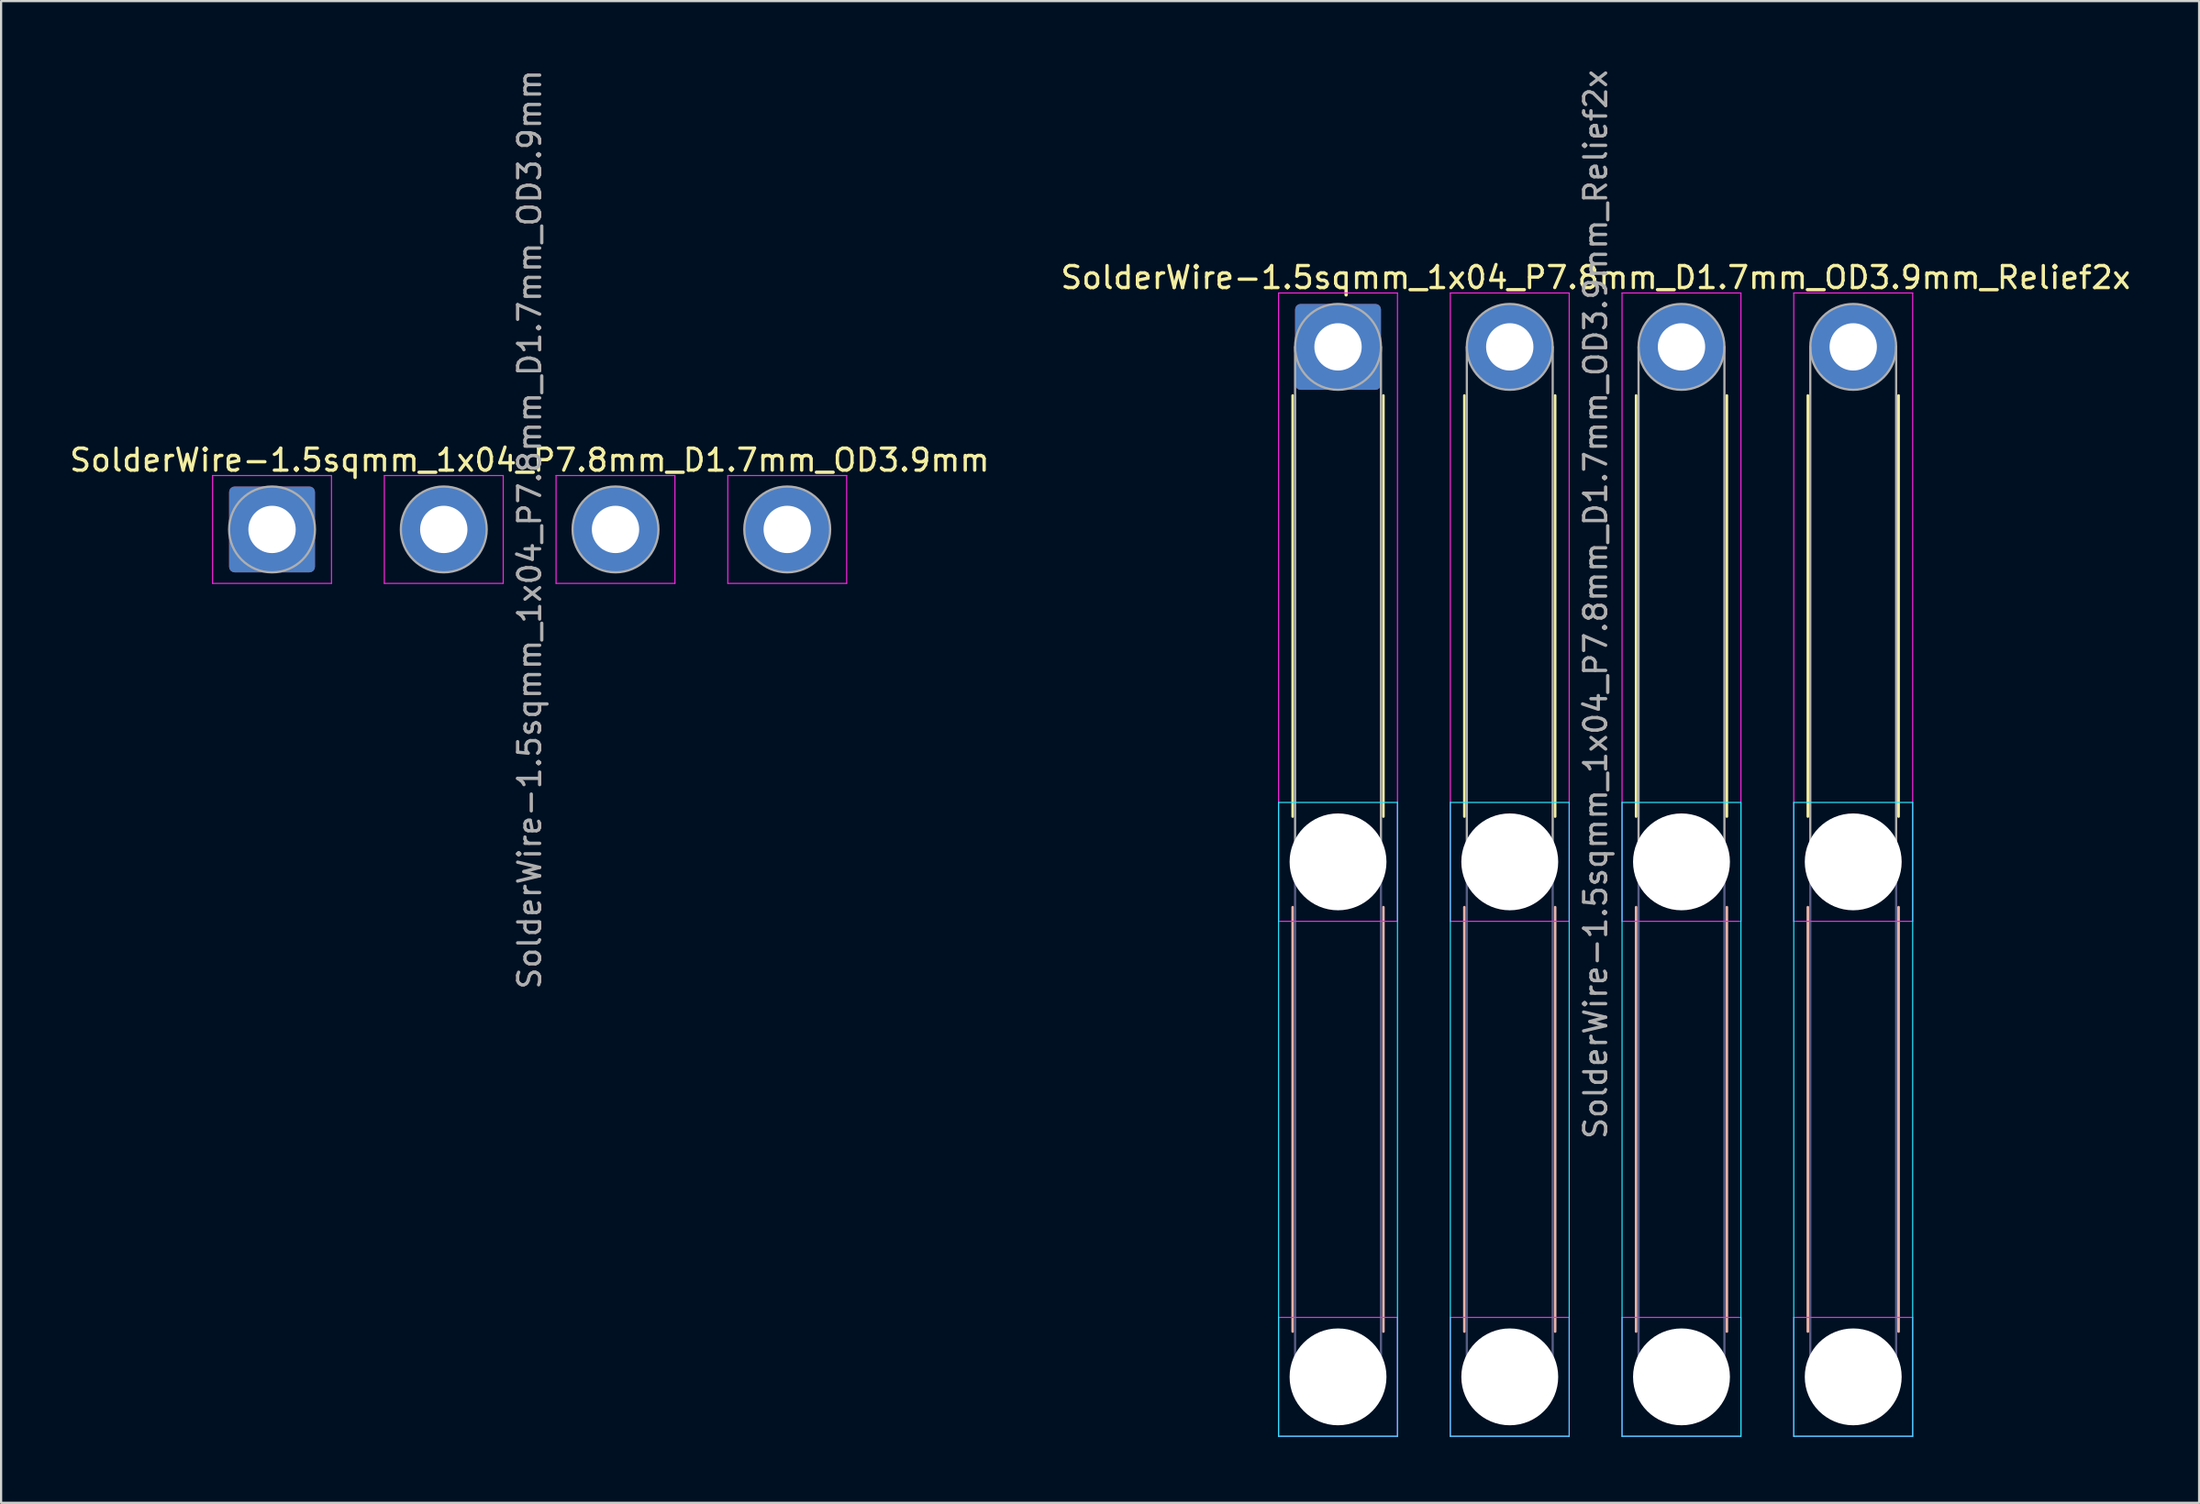
<source format=kicad_pcb>
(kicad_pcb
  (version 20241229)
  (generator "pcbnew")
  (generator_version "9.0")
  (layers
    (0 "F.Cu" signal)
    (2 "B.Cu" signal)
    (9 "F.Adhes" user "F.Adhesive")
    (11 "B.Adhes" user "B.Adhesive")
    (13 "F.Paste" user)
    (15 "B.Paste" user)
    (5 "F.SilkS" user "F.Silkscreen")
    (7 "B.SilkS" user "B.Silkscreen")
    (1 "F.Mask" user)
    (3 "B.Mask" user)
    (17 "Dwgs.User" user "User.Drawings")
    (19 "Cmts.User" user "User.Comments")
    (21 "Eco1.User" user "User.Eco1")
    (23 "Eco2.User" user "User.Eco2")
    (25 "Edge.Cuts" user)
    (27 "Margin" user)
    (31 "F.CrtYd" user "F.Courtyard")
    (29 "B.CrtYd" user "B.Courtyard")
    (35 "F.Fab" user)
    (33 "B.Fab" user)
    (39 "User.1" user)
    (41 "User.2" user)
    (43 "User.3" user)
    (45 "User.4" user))
  (footprint "SolderWire-1.5sqmm_1x04_P7.8mm_D1.7mm_OD3.9mm"
    (layer "F.Cu")
    (at 9.306 21.006)
    (property "Reference" "SolderWire-1.5sqmm_1x04_P7.8mm_D1.7mm_OD3.9mm" (at 11.7 -3.15 0) (layer "F.SilkS") (effects (font (size 1 1) (thickness 0.15))))
    (attr exclude_from_pos_files exclude_from_bom)
    (fp_line (start -2.7 -2.45) (end -2.7 2.45) (stroke (width 0.05) (type solid)) (layer "F.CrtYd"))
    (fp_line (start -2.7 2.45) (end 2.7 2.45) (stroke (width 0.05) (type solid)) (layer "F.CrtYd"))
    (fp_line (start 2.7 -2.45) (end -2.7 -2.45) (stroke (width 0.05) (type solid)) (layer "F.CrtYd"))
    (fp_line (start 2.7 2.45) (end 2.7 -2.45) (stroke (width 0.05) (type solid)) (layer "F.CrtYd"))
    (fp_line (start 5.1 -2.45) (end 5.1 2.45) (stroke (width 0.05) (type solid)) (layer "F.CrtYd"))
    (fp_line (start 5.1 2.45) (end 10.5 2.45) (stroke (width 0.05) (type solid)) (layer "F.CrtYd"))
    (fp_line (start 10.5 -2.45) (end 5.1 -2.45) (stroke (width 0.05) (type solid)) (layer "F.CrtYd"))
    (fp_line (start 10.5 2.45) (end 10.5 -2.45) (stroke (width 0.05) (type solid)) (layer "F.CrtYd"))
    (fp_line (start 12.9 -2.45) (end 12.9 2.45) (stroke (width 0.05) (type solid)) (layer "F.CrtYd"))
    (fp_line (start 12.9 2.45) (end 18.3 2.45) (stroke (width 0.05) (type solid)) (layer "F.CrtYd"))
    (fp_line (start 18.3 -2.45) (end 12.9 -2.45) (stroke (width 0.05) (type solid)) (layer "F.CrtYd"))
    (fp_line (start 18.3 2.45) (end 18.3 -2.45) (stroke (width 0.05) (type solid)) (layer "F.CrtYd"))
    (fp_line (start 20.7 -2.45) (end 20.7 2.45) (stroke (width 0.05) (type solid)) (layer "F.CrtYd"))
    (fp_line (start 20.7 2.45) (end 26.1 2.45) (stroke (width 0.05) (type solid)) (layer "F.CrtYd"))
    (fp_line (start 26.1 -2.45) (end 20.7 -2.45) (stroke (width 0.05) (type solid)) (layer "F.CrtYd"))
    (fp_line (start 26.1 2.45) (end 26.1 -2.45) (stroke (width 0.05) (type solid)) (layer "F.CrtYd"))
    (fp_circle (center 0 0) (end 1.95 0) (stroke (width 0.1) (type solid)) (fill no) (layer "F.Fab"))
    (fp_circle (center 7.8 0) (end 9.75 0) (stroke (width 0.1) (type solid)) (fill no) (layer "F.Fab"))
    (fp_circle (center 15.6 0) (end 17.55 0) (stroke (width 0.1) (type solid)) (fill no) (layer "F.Fab"))
    (fp_circle (center 23.4 0) (end 25.35 0) (stroke (width 0.1) (type solid)) (fill no) (layer "F.Fab"))
    (fp_text user "${REFERENCE}" (at 11.7 0 90) (layer "F.Fab") (effects (font (size 1 1) (thickness 0.15))))
    (pad "1" thru_hole roundrect (at 0 0) (size 3.9 3.9) (drill 2.15) (layers "*.Cu" "*.Mask") (roundrect_rratio 0.064))
    (pad "2" thru_hole circle (at 7.8 0) (size 3.9 3.9) (drill 2.15) (layers "*.Cu" "*.Mask"))
    (pad "3" thru_hole circle (at 15.6 0) (size 3.9 3.9) (drill 2.15) (layers "*.Cu" "*.Mask"))
    (pad "4" thru_hole circle (at 23.4 0) (size 3.9 3.9) (drill 2.15) (layers "*.Cu" "*.Mask")))
  (footprint "SolderWire-1.5sqmm_1x04_P7.8mm_D1.7mm_OD3.9mm_Relief2x"
    (layer "F.Cu")
    (at 57.723 12.711)
    (property "Reference" "SolderWire-1.5sqmm_1x04_P7.8mm_D1.7mm_OD3.9mm_Relief2x" (at 11.7 -3.15 0) (layer "F.SilkS") (effects (font (size 1 1) (thickness 0.15))))
    (attr exclude_from_pos_files exclude_from_bom)
    (fp_line (start -2.06 2.21) (end -2.06 21.34) (stroke (width 0.12) (type solid)) (layer "F.SilkS"))
    (fp_line (start 2.06 2.21) (end 2.06 21.34) (stroke (width 0.12) (type solid)) (layer "F.SilkS"))
    (fp_line (start 5.74 2.21) (end 5.74 21.34) (stroke (width 0.12) (type solid)) (layer "F.SilkS"))
    (fp_line (start 9.86 2.21) (end 9.86 21.34) (stroke (width 0.12) (type solid)) (layer "F.SilkS"))
    (fp_line (start 13.54 2.21) (end 13.54 21.34) (stroke (width 0.12) (type solid)) (layer "F.SilkS"))
    (fp_line (start 17.66 2.21) (end 17.66 21.34) (stroke (width 0.12) (type solid)) (layer "F.SilkS"))
    (fp_line (start 21.34 2.21) (end 21.34 21.34) (stroke (width 0.12) (type solid)) (layer "F.SilkS"))
    (fp_line (start 25.46 2.21) (end 25.46 21.34) (stroke (width 0.12) (type solid)) (layer "F.SilkS"))
    (fp_line (start -2.06 25.46) (end -2.06 44.74) (stroke (width 0.12) (type solid)) (layer "B.SilkS"))
    (fp_line (start 2.06 25.46) (end 2.06 44.74) (stroke (width 0.12) (type solid)) (layer "B.SilkS"))
    (fp_line (start 5.74 25.46) (end 5.74 44.74) (stroke (width 0.12) (type solid)) (layer "B.SilkS"))
    (fp_line (start 9.86 25.46) (end 9.86 44.74) (stroke (width 0.12) (type solid)) (layer "B.SilkS"))
    (fp_line (start 13.54 25.46) (end 13.54 44.74) (stroke (width 0.12) (type solid)) (layer "B.SilkS"))
    (fp_line (start 17.66 25.46) (end 17.66 44.74) (stroke (width 0.12) (type solid)) (layer "B.SilkS"))
    (fp_line (start 21.34 25.46) (end 21.34 44.74) (stroke (width 0.12) (type solid)) (layer "B.SilkS"))
    (fp_line (start 25.46 25.46) (end 25.46 44.74) (stroke (width 0.12) (type solid)) (layer "B.SilkS"))
    (fp_line (start -2.7 20.7) (end -2.7 49.5) (stroke (width 0.05) (type solid)) (layer "B.CrtYd"))
    (fp_line (start -2.7 49.5) (end 2.7 49.5) (stroke (width 0.05) (type solid)) (layer "B.CrtYd"))
    (fp_line (start 2.7 20.7) (end -2.7 20.7) (stroke (width 0.05) (type solid)) (layer "B.CrtYd"))
    (fp_line (start 2.7 49.5) (end 2.7 20.7) (stroke (width 0.05) (type solid)) (layer "B.CrtYd"))
    (fp_line (start 5.1 20.7) (end 5.1 49.5) (stroke (width 0.05) (type solid)) (layer "B.CrtYd"))
    (fp_line (start 5.1 49.5) (end 10.5 49.5) (stroke (width 0.05) (type solid)) (layer "B.CrtYd"))
    (fp_line (start 10.5 20.7) (end 5.1 20.7) (stroke (width 0.05) (type solid)) (layer "B.CrtYd"))
    (fp_line (start 10.5 49.5) (end 10.5 20.7) (stroke (width 0.05) (type solid)) (layer "B.CrtYd"))
    (fp_line (start 12.9 20.7) (end 12.9 49.5) (stroke (width 0.05) (type solid)) (layer "B.CrtYd"))
    (fp_line (start 12.9 49.5) (end 18.3 49.5) (stroke (width 0.05) (type solid)) (layer "B.CrtYd"))
    (fp_line (start 18.3 20.7) (end 12.9 20.7) (stroke (width 0.05) (type solid)) (layer "B.CrtYd"))
    (fp_line (start 18.3 49.5) (end 18.3 20.7) (stroke (width 0.05) (type solid)) (layer "B.CrtYd"))
    (fp_line (start 20.7 20.7) (end 20.7 49.5) (stroke (width 0.05) (type solid)) (layer "B.CrtYd"))
    (fp_line (start 20.7 49.5) (end 26.1 49.5) (stroke (width 0.05) (type solid)) (layer "B.CrtYd"))
    (fp_line (start 26.1 20.7) (end 20.7 20.7) (stroke (width 0.05) (type solid)) (layer "B.CrtYd"))
    (fp_line (start 26.1 49.5) (end 26.1 20.7) (stroke (width 0.05) (type solid)) (layer "B.CrtYd"))
    (fp_line (start -2.7 -2.45) (end -2.7 26.1) (stroke (width 0.05) (type solid)) (layer "F.CrtYd"))
    (fp_line (start -2.7 26.1) (end 2.7 26.1) (stroke (width 0.05) (type solid)) (layer "F.CrtYd"))
    (fp_line (start -2.7 44.1) (end -2.7 49.5) (stroke (width 0.05) (type solid)) (layer "F.CrtYd"))
    (fp_line (start -2.7 49.5) (end 2.7 49.5) (stroke (width 0.05) (type solid)) (layer "F.CrtYd"))
    (fp_line (start 2.7 -2.45) (end -2.7 -2.45) (stroke (width 0.05) (type solid)) (layer "F.CrtYd"))
    (fp_line (start 2.7 26.1) (end 2.7 -2.45) (stroke (width 0.05) (type solid)) (layer "F.CrtYd"))
    (fp_line (start 2.7 44.1) (end -2.7 44.1) (stroke (width 0.05) (type solid)) (layer "F.CrtYd"))
    (fp_line (start 2.7 49.5) (end 2.7 44.1) (stroke (width 0.05) (type solid)) (layer "F.CrtYd"))
    (fp_line (start 5.1 -2.45) (end 5.1 26.1) (stroke (width 0.05) (type solid)) (layer "F.CrtYd"))
    (fp_line (start 5.1 26.1) (end 10.5 26.1) (stroke (width 0.05) (type solid)) (layer "F.CrtYd"))
    (fp_line (start 5.1 44.1) (end 5.1 49.5) (stroke (width 0.05) (type solid)) (layer "F.CrtYd"))
    (fp_line (start 5.1 49.5) (end 10.5 49.5) (stroke (width 0.05) (type solid)) (layer "F.CrtYd"))
    (fp_line (start 10.5 -2.45) (end 5.1 -2.45) (stroke (width 0.05) (type solid)) (layer "F.CrtYd"))
    (fp_line (start 10.5 26.1) (end 10.5 -2.45) (stroke (width 0.05) (type solid)) (layer "F.CrtYd"))
    (fp_line (start 10.5 44.1) (end 5.1 44.1) (stroke (width 0.05) (type solid)) (layer "F.CrtYd"))
    (fp_line (start 10.5 49.5) (end 10.5 44.1) (stroke (width 0.05) (type solid)) (layer "F.CrtYd"))
    (fp_line (start 12.9 -2.45) (end 12.9 26.1) (stroke (width 0.05) (type solid)) (layer "F.CrtYd"))
    (fp_line (start 12.9 26.1) (end 18.3 26.1) (stroke (width 0.05) (type solid)) (layer "F.CrtYd"))
    (fp_line (start 12.9 44.1) (end 12.9 49.5) (stroke (width 0.05) (type solid)) (layer "F.CrtYd"))
    (fp_line (start 12.9 49.5) (end 18.3 49.5) (stroke (width 0.05) (type solid)) (layer "F.CrtYd"))
    (fp_line (start 18.3 -2.45) (end 12.9 -2.45) (stroke (width 0.05) (type solid)) (layer "F.CrtYd"))
    (fp_line (start 18.3 26.1) (end 18.3 -2.45) (stroke (width 0.05) (type solid)) (layer "F.CrtYd"))
    (fp_line (start 18.3 44.1) (end 12.9 44.1) (stroke (width 0.05) (type solid)) (layer "F.CrtYd"))
    (fp_line (start 18.3 49.5) (end 18.3 44.1) (stroke (width 0.05) (type solid)) (layer "F.CrtYd"))
    (fp_line (start 20.7 -2.45) (end 20.7 26.1) (stroke (width 0.05) (type solid)) (layer "F.CrtYd"))
    (fp_line (start 20.7 26.1) (end 26.1 26.1) (stroke (width 0.05) (type solid)) (layer "F.CrtYd"))
    (fp_line (start 20.7 44.1) (end 20.7 49.5) (stroke (width 0.05) (type solid)) (layer "F.CrtYd"))
    (fp_line (start 20.7 49.5) (end 26.1 49.5) (stroke (width 0.05) (type solid)) (layer "F.CrtYd"))
    (fp_line (start 26.1 -2.45) (end 20.7 -2.45) (stroke (width 0.05) (type solid)) (layer "F.CrtYd"))
    (fp_line (start 26.1 26.1) (end 26.1 -2.45) (stroke (width 0.05) (type solid)) (layer "F.CrtYd"))
    (fp_line (start 26.1 44.1) (end 20.7 44.1) (stroke (width 0.05) (type solid)) (layer "F.CrtYd"))
    (fp_line (start 26.1 49.5) (end 26.1 44.1) (stroke (width 0.05) (type solid)) (layer "F.CrtYd"))
    (fp_line (start -1.95 23.4) (end -1.95 46.8) (stroke (width 0.1) (type solid)) (layer "B.Fab"))
    (fp_line (start 1.95 23.4) (end 1.95 46.8) (stroke (width 0.1) (type solid)) (layer "B.Fab"))
    (fp_line (start 5.85 23.4) (end 5.85 46.8) (stroke (width 0.1) (type solid)) (layer "B.Fab"))
    (fp_line (start 9.75 23.4) (end 9.75 46.8) (stroke (width 0.1) (type solid)) (layer "B.Fab"))
    (fp_line (start 13.65 23.4) (end 13.65 46.8) (stroke (width 0.1) (type solid)) (layer "B.Fab"))
    (fp_line (start 17.55 23.4) (end 17.55 46.8) (stroke (width 0.1) (type solid)) (layer "B.Fab"))
    (fp_line (start 21.45 23.4) (end 21.45 46.8) (stroke (width 0.1) (type solid)) (layer "B.Fab"))
    (fp_line (start 25.35 23.4) (end 25.35 46.8) (stroke (width 0.1) (type solid)) (layer "B.Fab"))
    (fp_circle (center 0 23.4) (end 1.95 23.4) (stroke (width 0.1) (type solid)) (fill no) (layer "B.Fab"))
    (fp_circle (center 0 46.8) (end 1.95 46.8) (stroke (width 0.1) (type solid)) (fill no) (layer "B.Fab"))
    (fp_circle (center 7.8 23.4) (end 9.75 23.4) (stroke (width 0.1) (type solid)) (fill no) (layer "B.Fab"))
    (fp_circle (center 7.8 46.8) (end 9.75 46.8) (stroke (width 0.1) (type solid)) (fill no) (layer "B.Fab"))
    (fp_circle (center 15.6 23.4) (end 17.55 23.4) (stroke (width 0.1) (type solid)) (fill no) (layer "B.Fab"))
    (fp_circle (center 15.6 46.8) (end 17.55 46.8) (stroke (width 0.1) (type solid)) (fill no) (layer "B.Fab"))
    (fp_circle (center 23.4 23.4) (end 25.35 23.4) (stroke (width 0.1) (type solid)) (fill no) (layer "B.Fab"))
    (fp_circle (center 23.4 46.8) (end 25.35 46.8) (stroke (width 0.1) (type solid)) (fill no) (layer "B.Fab"))
    (fp_line (start -1.95 0) (end -1.95 23.4) (stroke (width 0.1) (type solid)) (layer "F.Fab"))
    (fp_line (start 1.95 0) (end 1.95 23.4) (stroke (width 0.1) (type solid)) (layer "F.Fab"))
    (fp_line (start 5.85 0) (end 5.85 23.4) (stroke (width 0.1) (type solid)) (layer "F.Fab"))
    (fp_line (start 9.75 0) (end 9.75 23.4) (stroke (width 0.1) (type solid)) (layer "F.Fab"))
    (fp_line (start 13.65 0) (end 13.65 23.4) (stroke (width 0.1) (type solid)) (layer "F.Fab"))
    (fp_line (start 17.55 0) (end 17.55 23.4) (stroke (width 0.1) (type solid)) (layer "F.Fab"))
    (fp_line (start 21.45 0) (end 21.45 23.4) (stroke (width 0.1) (type solid)) (layer "F.Fab"))
    (fp_line (start 25.35 0) (end 25.35 23.4) (stroke (width 0.1) (type solid)) (layer "F.Fab"))
    (fp_circle (center 0 0) (end 1.95 0) (stroke (width 0.1) (type solid)) (fill no) (layer "F.Fab"))
    (fp_circle (center 0 23.4) (end 1.95 23.4) (stroke (width 0.1) (type solid)) (fill no) (layer "F.Fab"))
    (fp_circle (center 0 46.8) (end 1.95 46.8) (stroke (width 0.1) (type solid)) (fill no) (layer "F.Fab"))
    (fp_circle (center 7.8 0) (end 9.75 0) (stroke (width 0.1) (type solid)) (fill no) (layer "F.Fab"))
    (fp_circle (center 7.8 23.4) (end 9.75 23.4) (stroke (width 0.1) (type solid)) (fill no) (layer "F.Fab"))
    (fp_circle (center 7.8 46.8) (end 9.75 46.8) (stroke (width 0.1) (type solid)) (fill no) (layer "F.Fab"))
    (fp_circle (center 15.6 0) (end 17.55 0) (stroke (width 0.1) (type solid)) (fill no) (layer "F.Fab"))
    (fp_circle (center 15.6 23.4) (end 17.55 23.4) (stroke (width 0.1) (type solid)) (fill no) (layer "F.Fab"))
    (fp_circle (center 15.6 46.8) (end 17.55 46.8) (stroke (width 0.1) (type solid)) (fill no) (layer "F.Fab"))
    (fp_circle (center 23.4 0) (end 25.35 0) (stroke (width 0.1) (type solid)) (fill no) (layer "F.Fab"))
    (fp_circle (center 23.4 23.4) (end 25.35 23.4) (stroke (width 0.1) (type solid)) (fill no) (layer "F.Fab"))
    (fp_circle (center 23.4 46.8) (end 25.35 46.8) (stroke (width 0.1) (type solid)) (fill no) (layer "F.Fab"))
    (fp_text user "${REFERENCE}" (at 11.7 11.7 90) (layer "F.Fab") (effects (font (size 1 1) (thickness 0.15))))
    (pad "" np_thru_hole circle (at 0 23.4) (size 4.4 4.4) (drill 4.4) (layers "*.Cu" "*.Mask"))
    (pad "" np_thru_hole circle (at 0 46.8) (size 4.4 4.4) (drill 4.4) (layers "*.Cu" "*.Mask"))
    (pad "" np_thru_hole circle (at 7.8 23.4) (size 4.4 4.4) (drill 4.4) (layers "*.Cu" "*.Mask"))
    (pad "" np_thru_hole circle (at 7.8 46.8) (size 4.4 4.4) (drill 4.4) (layers "*.Cu" "*.Mask"))
    (pad "" np_thru_hole circle (at 15.6 23.4) (size 4.4 4.4) (drill 4.4) (layers "*.Cu" "*.Mask"))
    (pad "" np_thru_hole circle (at 15.6 46.8) (size 4.4 4.4) (drill 4.4) (layers "*.Cu" "*.Mask"))
    (pad "" np_thru_hole circle (at 23.4 23.4) (size 4.4 4.4) (drill 4.4) (layers "*.Cu" "*.Mask"))
    (pad "" np_thru_hole circle (at 23.4 46.8) (size 4.4 4.4) (drill 4.4) (layers "*.Cu" "*.Mask"))
    (pad "1" thru_hole roundrect (at 0 0) (size 3.9 3.9) (drill 2.15) (layers "*.Cu" "*.Mask") (roundrect_rratio 0.064))
    (pad "2" thru_hole circle (at 7.8 0) (size 3.9 3.9) (drill 2.15) (layers "*.Cu" "*.Mask"))
    (pad "3" thru_hole circle (at 15.6 0) (size 3.9 3.9) (drill 2.15) (layers "*.Cu" "*.Mask"))
    (pad "4" thru_hole circle (at 23.4 0) (size 3.9 3.9) (drill 2.15) (layers "*.Cu" "*.Mask")))
  (gr_rect
    (start -3 -3)
    (end 96.833 65.236)
    (stroke (width 0.1) (type default))
    (fill no)
    (layer "Edge.Cuts")))
</source>
